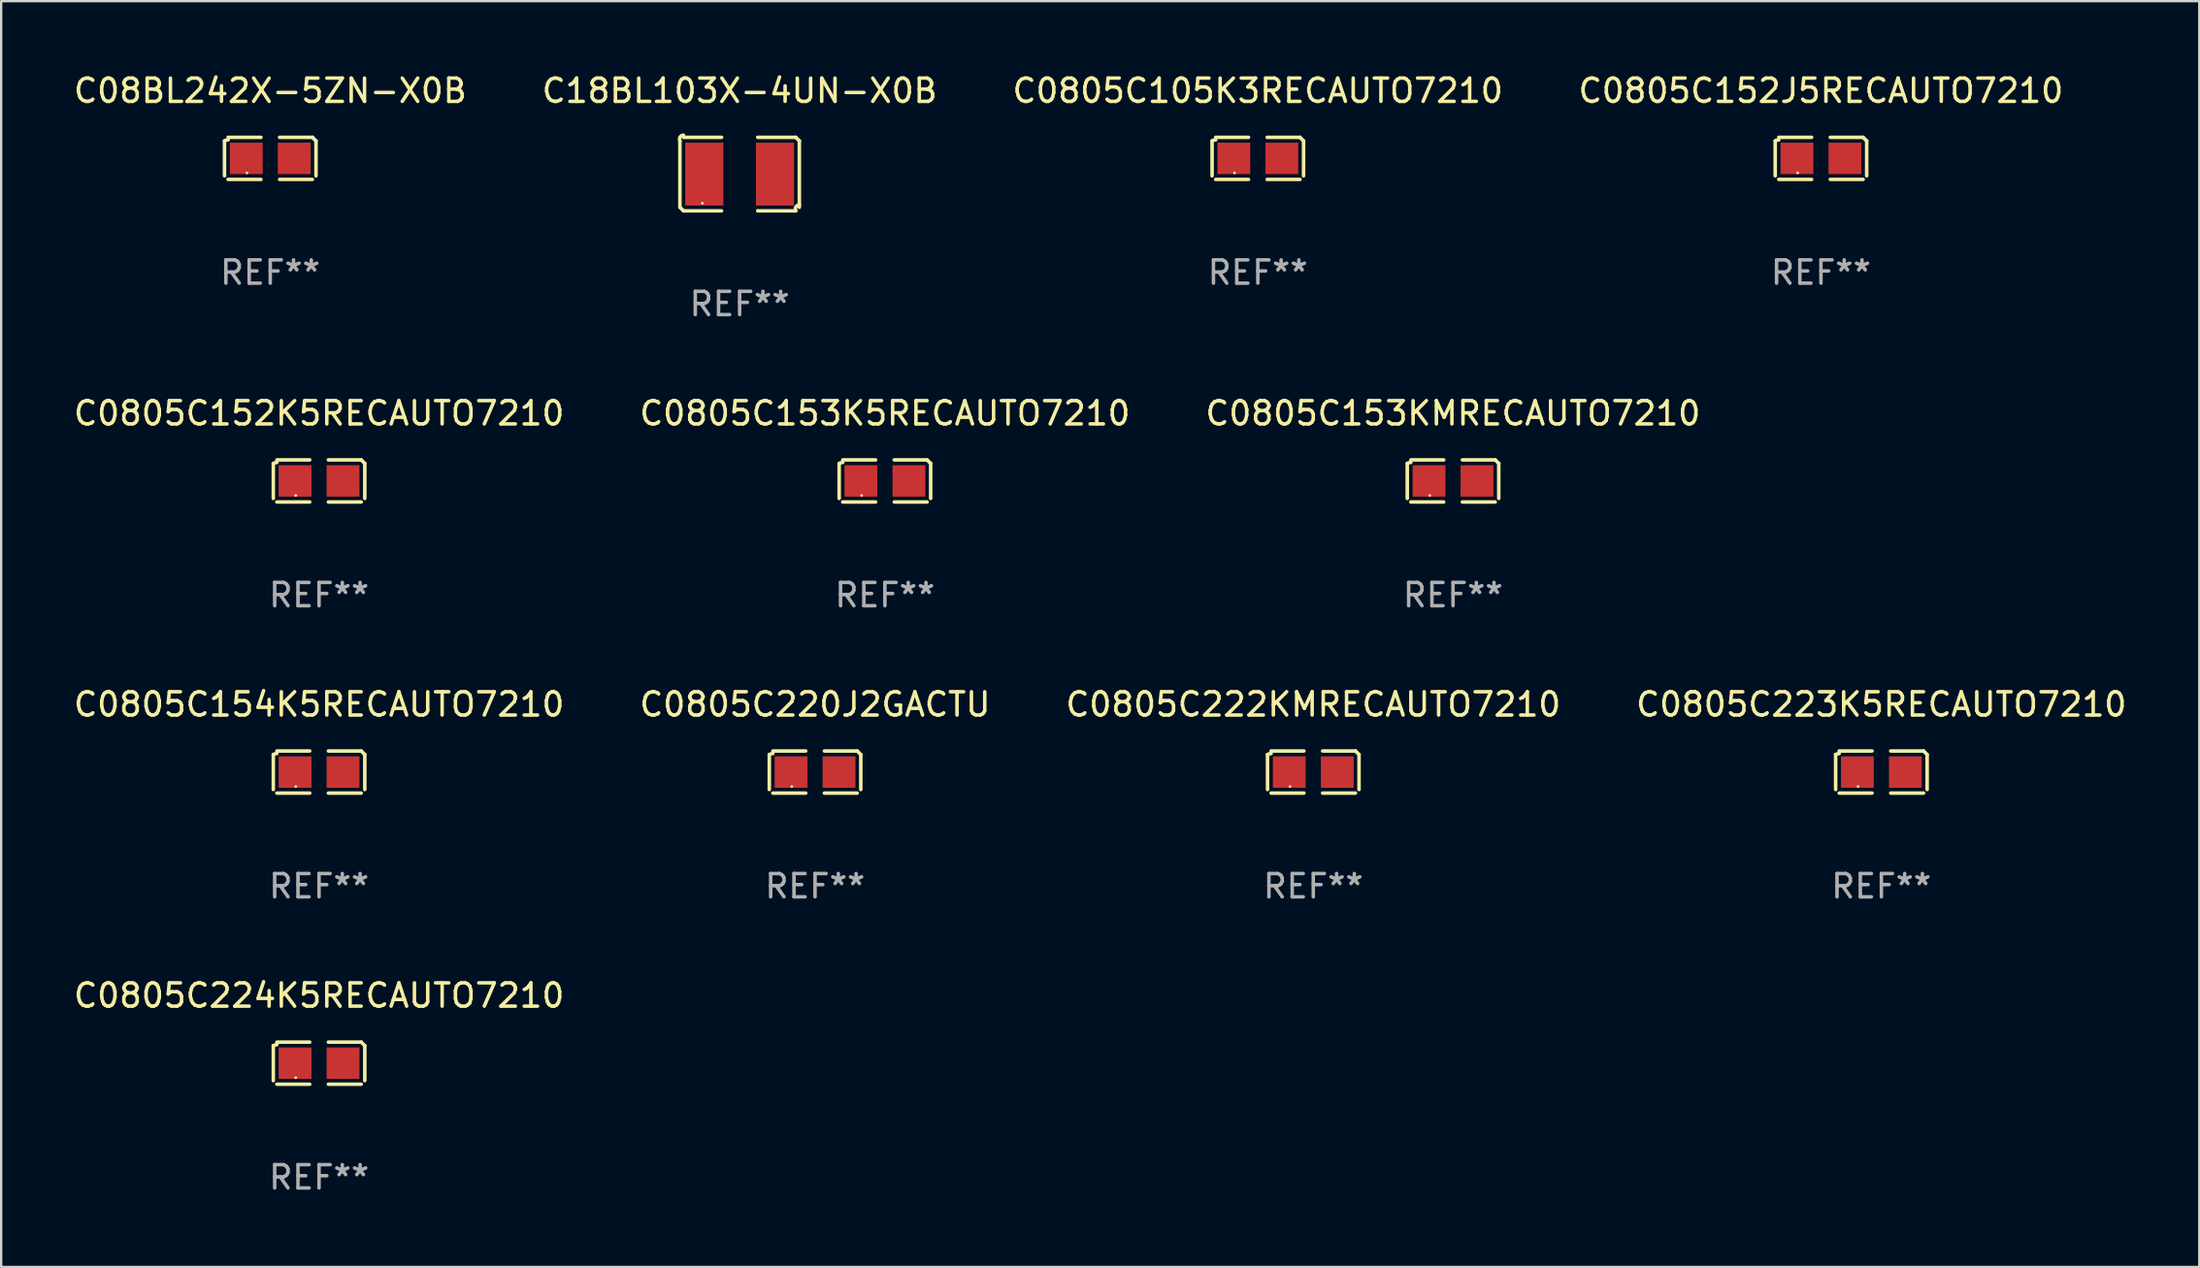
<source format=kicad_pcb>
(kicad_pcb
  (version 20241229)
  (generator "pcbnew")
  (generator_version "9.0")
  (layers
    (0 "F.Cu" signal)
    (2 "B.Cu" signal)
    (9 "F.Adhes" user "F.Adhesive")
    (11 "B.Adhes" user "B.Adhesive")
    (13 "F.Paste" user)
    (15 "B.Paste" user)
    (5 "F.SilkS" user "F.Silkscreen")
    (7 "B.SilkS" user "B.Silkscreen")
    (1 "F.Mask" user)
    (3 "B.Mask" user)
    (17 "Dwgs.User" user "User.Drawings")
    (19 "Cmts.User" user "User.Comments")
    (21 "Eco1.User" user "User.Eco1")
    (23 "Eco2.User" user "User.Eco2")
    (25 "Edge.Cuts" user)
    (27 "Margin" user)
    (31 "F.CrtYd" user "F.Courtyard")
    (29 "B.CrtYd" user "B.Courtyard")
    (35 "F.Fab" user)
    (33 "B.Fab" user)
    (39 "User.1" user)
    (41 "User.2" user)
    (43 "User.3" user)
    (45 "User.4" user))
  (footprint "C0805C154K5RECAUTO7210"
    (layer "F.Cu")
    (at 10.649 30.109)
    (property "Reference" "C0805C154K5RECAUTO7210" (at 0 -2.904 0) (layer "F.SilkS") (effects (font (size 1 1) (thickness 0.15))))
    (attr through_hole)
    (fp_line (start -1.964 0.751) (end -1.964 -0.751) (stroke (width 0.152) (type solid)) (layer "F.SilkS"))
    (fp_line (start -1.811 -0.904) (end -0.401 -0.904) (stroke (width 0.152) (type solid)) (layer "F.SilkS"))
    (fp_line (start -0.401 0.904) (end -1.811 0.904) (stroke (width 0.152) (type solid)) (layer "F.SilkS"))
    (fp_line (start 0.401 0.904) (end 1.811 0.904) (stroke (width 0.152) (type solid)) (layer "F.SilkS"))
    (fp_line (start 1.811 -0.904) (end 0.401 -0.904) (stroke (width 0.152) (type solid)) (layer "F.SilkS"))
    (fp_line (start 1.964 0.751) (end 1.964 -0.751) (stroke (width 0.152) (type solid)) (layer "F.SilkS"))
    (fp_arc (start -1.963602 -0.751207) (mid -1.890354 -0.783131) (end -1.811201 -0.794044) (stroke (width 0.1524) (type solid)) (layer "F.SilkS"))
    (fp_arc (start 1.811202 -0.903607) (mid 1.887413 -0.827418) (end 1.963602 -0.751207) (stroke (width 0.1524) (type solid)) (layer "F.SilkS"))
    (fp_circle (center -1 0.625) (end -0.97 0.625) (stroke (width 0.06) (type solid)) (fill no) (layer "F.SilkS"))
    (fp_text user "REF**" (at 0 4.904 0) (layer "F.Fab") (effects (font (size 1 1) (thickness 0.15))))
    (pad "1" smd rect (at -1.03 0) (size 1.41 1.35) (layers "F.Cu" "F.Mask" "F.Paste"))
    (pad "2" smd rect (at 1.03 0) (size 1.41 1.35) (layers "F.Cu" "F.Mask" "F.Paste")))
  (footprint "C0805C222KMRECAUTO7210"
    (layer "F.Cu")
    (at 53.339 30.109)
    (property "Reference" "C0805C222KMRECAUTO7210" (at 0 -2.904 0) (layer "F.SilkS") (effects (font (size 1 1) (thickness 0.15))))
    (attr through_hole)
    (fp_line (start -1.964 0.751) (end -1.964 -0.751) (stroke (width 0.152) (type solid)) (layer "F.SilkS"))
    (fp_line (start -1.811 -0.904) (end -0.401 -0.904) (stroke (width 0.152) (type solid)) (layer "F.SilkS"))
    (fp_line (start -0.401 0.904) (end -1.811 0.904) (stroke (width 0.152) (type solid)) (layer "F.SilkS"))
    (fp_line (start 0.401 0.904) (end 1.811 0.904) (stroke (width 0.152) (type solid)) (layer "F.SilkS"))
    (fp_line (start 1.811 -0.904) (end 0.401 -0.904) (stroke (width 0.152) (type solid)) (layer "F.SilkS"))
    (fp_line (start 1.964 0.751) (end 1.964 -0.751) (stroke (width 0.152) (type solid)) (layer "F.SilkS"))
    (fp_arc (start -1.963602 -0.751207) (mid -1.890354 -0.783131) (end -1.811201 -0.794044) (stroke (width 0.1524) (type solid)) (layer "F.SilkS"))
    (fp_arc (start 1.811202 -0.903607) (mid 1.887413 -0.827418) (end 1.963602 -0.751207) (stroke (width 0.1524) (type solid)) (layer "F.SilkS"))
    (fp_circle (center -1 0.625) (end -0.97 0.625) (stroke (width 0.06) (type solid)) (fill no) (layer "F.SilkS"))
    (fp_text user "REF**" (at 0 4.904 0) (layer "F.Fab") (effects (font (size 1 1) (thickness 0.15))))
    (pad "1" smd rect (at -1.03 0) (size 1.41 1.35) (layers "F.Cu" "F.Mask" "F.Paste"))
    (pad "2" smd rect (at 1.03 0) (size 1.41 1.35) (layers "F.Cu" "F.Mask" "F.Paste")))
  (footprint "C0805C220J2GACTU"
    (layer "F.Cu")
    (at 31.946 30.109)
    (property "Reference" "C0805C220J2GACTU" (at 0 -2.904 0) (layer "F.SilkS") (effects (font (size 1 1) (thickness 0.15))))
    (attr through_hole)
    (fp_line (start -1.964 0.751) (end -1.964 -0.751) (stroke (width 0.152) (type solid)) (layer "F.SilkS"))
    (fp_line (start -1.811 -0.904) (end -0.401 -0.904) (stroke (width 0.152) (type solid)) (layer "F.SilkS"))
    (fp_line (start -0.401 0.904) (end -1.811 0.904) (stroke (width 0.152) (type solid)) (layer "F.SilkS"))
    (fp_line (start 0.401 0.904) (end 1.811 0.904) (stroke (width 0.152) (type solid)) (layer "F.SilkS"))
    (fp_line (start 1.811 -0.904) (end 0.401 -0.904) (stroke (width 0.152) (type solid)) (layer "F.SilkS"))
    (fp_line (start 1.964 0.751) (end 1.964 -0.751) (stroke (width 0.152) (type solid)) (layer "F.SilkS"))
    (fp_arc (start -1.963602 -0.751207) (mid -1.890354 -0.783131) (end -1.811201 -0.794044) (stroke (width 0.1524) (type solid)) (layer "F.SilkS"))
    (fp_arc (start 1.811202 -0.903607) (mid 1.887413 -0.827418) (end 1.963602 -0.751207) (stroke (width 0.1524) (type solid)) (layer "F.SilkS"))
    (fp_circle (center -1 0.625) (end -0.97 0.625) (stroke (width 0.06) (type solid)) (fill no) (layer "F.SilkS"))
    (fp_text user "REF**" (at 0 4.904 0) (layer "F.Fab") (effects (font (size 1 1) (thickness 0.15))))
    (pad "1" smd rect (at -1.03 0) (size 1.41 1.35) (layers "F.Cu" "F.Mask" "F.Paste"))
    (pad "2" smd rect (at 1.03 0) (size 1.41 1.35) (layers "F.Cu" "F.Mask" "F.Paste")))
  (footprint "C0805C223K5RECAUTO7210"
    (layer "F.Cu")
    (at 77.732 30.109)
    (property "Reference" "C0805C223K5RECAUTO7210" (at 0 -2.904 0) (layer "F.SilkS") (effects (font (size 1 1) (thickness 0.15))))
    (attr through_hole)
    (fp_line (start -1.964 0.751) (end -1.964 -0.751) (stroke (width 0.152) (type solid)) (layer "F.SilkS"))
    (fp_line (start -1.811 -0.904) (end -0.401 -0.904) (stroke (width 0.152) (type solid)) (layer "F.SilkS"))
    (fp_line (start -0.401 0.904) (end -1.811 0.904) (stroke (width 0.152) (type solid)) (layer "F.SilkS"))
    (fp_line (start 0.401 0.904) (end 1.811 0.904) (stroke (width 0.152) (type solid)) (layer "F.SilkS"))
    (fp_line (start 1.811 -0.904) (end 0.401 -0.904) (stroke (width 0.152) (type solid)) (layer "F.SilkS"))
    (fp_line (start 1.964 0.751) (end 1.964 -0.751) (stroke (width 0.152) (type solid)) (layer "F.SilkS"))
    (fp_arc (start -1.963602 -0.751207) (mid -1.890354 -0.783131) (end -1.811201 -0.794044) (stroke (width 0.1524) (type solid)) (layer "F.SilkS"))
    (fp_arc (start 1.811202 -0.903607) (mid 1.887413 -0.827418) (end 1.963602 -0.751207) (stroke (width 0.1524) (type solid)) (layer "F.SilkS"))
    (fp_circle (center -1 0.625) (end -0.97 0.625) (stroke (width 0.06) (type solid)) (fill no) (layer "F.SilkS"))
    (fp_text user "REF**" (at 0 4.904 0) (layer "F.Fab") (effects (font (size 1 1) (thickness 0.15))))
    (pad "1" smd rect (at -1.03 0) (size 1.41 1.35) (layers "F.Cu" "F.Mask" "F.Paste"))
    (pad "2" smd rect (at 1.03 0) (size 1.41 1.35) (layers "F.Cu" "F.Mask" "F.Paste")))
  (footprint "C0805C152K5RECAUTO7210"
    (layer "F.Cu")
    (at 10.649 17.606)
    (property "Reference" "C0805C152K5RECAUTO7210" (at 0 -2.904 0) (layer "F.SilkS") (effects (font (size 1 1) (thickness 0.15))))
    (attr through_hole)
    (fp_line (start -1.964 0.751) (end -1.964 -0.751) (stroke (width 0.152) (type solid)) (layer "F.SilkS"))
    (fp_line (start -1.811 -0.904) (end -0.401 -0.904) (stroke (width 0.152) (type solid)) (layer "F.SilkS"))
    (fp_line (start -0.401 0.904) (end -1.811 0.904) (stroke (width 0.152) (type solid)) (layer "F.SilkS"))
    (fp_line (start 0.401 0.904) (end 1.811 0.904) (stroke (width 0.152) (type solid)) (layer "F.SilkS"))
    (fp_line (start 1.811 -0.904) (end 0.401 -0.904) (stroke (width 0.152) (type solid)) (layer "F.SilkS"))
    (fp_line (start 1.964 0.751) (end 1.964 -0.751) (stroke (width 0.152) (type solid)) (layer "F.SilkS"))
    (fp_arc (start -1.963602 -0.751207) (mid -1.890354 -0.783131) (end -1.811201 -0.794044) (stroke (width 0.1524) (type solid)) (layer "F.SilkS"))
    (fp_arc (start 1.811202 -0.903607) (mid 1.887413 -0.827418) (end 1.963602 -0.751207) (stroke (width 0.1524) (type solid)) (layer "F.SilkS"))
    (fp_circle (center -1 0.625) (end -0.97 0.625) (stroke (width 0.06) (type solid)) (fill no) (layer "F.SilkS"))
    (fp_text user "REF**" (at 0 4.904 0) (layer "F.Fab") (effects (font (size 1 1) (thickness 0.15))))
    (pad "1" smd rect (at -1.03 0) (size 1.41 1.35) (layers "F.Cu" "F.Mask" "F.Paste"))
    (pad "2" smd rect (at 1.03 0) (size 1.41 1.35) (layers "F.Cu" "F.Mask" "F.Paste")))
  (footprint "C0805C153KMRECAUTO7210"
    (layer "F.Cu")
    (at 59.339 17.606)
    (property "Reference" "C0805C153KMRECAUTO7210" (at 0 -2.904 0) (layer "F.SilkS") (effects (font (size 1 1) (thickness 0.15))))
    (attr through_hole)
    (fp_line (start -1.964 0.751) (end -1.964 -0.751) (stroke (width 0.152) (type solid)) (layer "F.SilkS"))
    (fp_line (start -1.811 -0.904) (end -0.401 -0.904) (stroke (width 0.152) (type solid)) (layer "F.SilkS"))
    (fp_line (start -0.401 0.904) (end -1.811 0.904) (stroke (width 0.152) (type solid)) (layer "F.SilkS"))
    (fp_line (start 0.401 0.904) (end 1.811 0.904) (stroke (width 0.152) (type solid)) (layer "F.SilkS"))
    (fp_line (start 1.811 -0.904) (end 0.401 -0.904) (stroke (width 0.152) (type solid)) (layer "F.SilkS"))
    (fp_line (start 1.964 0.751) (end 1.964 -0.751) (stroke (width 0.152) (type solid)) (layer "F.SilkS"))
    (fp_arc (start -1.963602 -0.751207) (mid -1.890354 -0.783131) (end -1.811201 -0.794044) (stroke (width 0.1524) (type solid)) (layer "F.SilkS"))
    (fp_arc (start 1.811202 -0.903607) (mid 1.887413 -0.827418) (end 1.963602 -0.751207) (stroke (width 0.1524) (type solid)) (layer "F.SilkS"))
    (fp_circle (center -1 0.625) (end -0.97 0.625) (stroke (width 0.06) (type solid)) (fill no) (layer "F.SilkS"))
    (fp_text user "REF**" (at 0 4.904 0) (layer "F.Fab") (effects (font (size 1 1) (thickness 0.15))))
    (pad "1" smd rect (at -1.03 0) (size 1.41 1.35) (layers "F.Cu" "F.Mask" "F.Paste"))
    (pad "2" smd rect (at 1.03 0) (size 1.41 1.35) (layers "F.Cu" "F.Mask" "F.Paste")))
  (footprint "C0805C153K5RECAUTO7210"
    (layer "F.Cu")
    (at 34.946 17.606)
    (property "Reference" "C0805C153K5RECAUTO7210" (at 0 -2.904 0) (layer "F.SilkS") (effects (font (size 1 1) (thickness 0.15))))
    (attr through_hole)
    (fp_line (start -1.964 0.751) (end -1.964 -0.751) (stroke (width 0.152) (type solid)) (layer "F.SilkS"))
    (fp_line (start -1.811 -0.904) (end -0.401 -0.904) (stroke (width 0.152) (type solid)) (layer "F.SilkS"))
    (fp_line (start -0.401 0.904) (end -1.811 0.904) (stroke (width 0.152) (type solid)) (layer "F.SilkS"))
    (fp_line (start 0.401 0.904) (end 1.811 0.904) (stroke (width 0.152) (type solid)) (layer "F.SilkS"))
    (fp_line (start 1.811 -0.904) (end 0.401 -0.904) (stroke (width 0.152) (type solid)) (layer "F.SilkS"))
    (fp_line (start 1.964 0.751) (end 1.964 -0.751) (stroke (width 0.152) (type solid)) (layer "F.SilkS"))
    (fp_arc (start -1.963602 -0.751207) (mid -1.890354 -0.783131) (end -1.811201 -0.794044) (stroke (width 0.1524) (type solid)) (layer "F.SilkS"))
    (fp_arc (start 1.811202 -0.903607) (mid 1.887413 -0.827418) (end 1.963602 -0.751207) (stroke (width 0.1524) (type solid)) (layer "F.SilkS"))
    (fp_circle (center -1 0.625) (end -0.97 0.625) (stroke (width 0.06) (type solid)) (fill no) (layer "F.SilkS"))
    (fp_text user "REF**" (at 0 4.904 0) (layer "F.Fab") (effects (font (size 1 1) (thickness 0.15))))
    (pad "1" smd rect (at -1.03 0) (size 1.41 1.35) (layers "F.Cu" "F.Mask" "F.Paste"))
    (pad "2" smd rect (at 1.03 0) (size 1.41 1.35) (layers "F.Cu" "F.Mask" "F.Paste")))
  (footprint "C18BL103X-4UN-X0B"
    (layer "F.Cu")
    (at 28.708 4.427)
    (property "Reference" "C18BL103X-4UN-X0B" (at 0 -3.579 0) (layer "F.SilkS") (effects (font (size 1 1) (thickness 0.15))))
    (attr through_hole)
    (fp_line (start -2.564 1.426) (end -2.564 -1.426) (stroke (width 0.152) (type solid)) (layer "F.SilkS"))
    (fp_line (start -2.411 -1.579) (end -0.776 -1.579) (stroke (width 0.152) (type solid)) (layer "F.SilkS"))
    (fp_line (start -0.776 1.579) (end -2.411 1.579) (stroke (width 0.152) (type solid)) (layer "F.SilkS"))
    (fp_line (start 0.776 1.579) (end 2.411 1.579) (stroke (width 0.152) (type solid)) (layer "F.SilkS"))
    (fp_line (start 2.411 -1.579) (end 0.776 -1.579) (stroke (width 0.152) (type solid)) (layer "F.SilkS"))
    (fp_line (start 2.564 1.426) (end 2.564 -1.426) (stroke (width 0.152) (type solid)) (layer "F.SilkS"))
    (fp_arc (start -2.563602 -1.426213) (mid -2.555597 -1.591233) (end -2.411201 -1.671518) (stroke (width 0.1524) (type solid)) (layer "F.SilkS"))
    (fp_arc (start -2.5636 1.426214) (mid -2.487389 1.502402) (end -2.411201 1.578613) (stroke (width 0.1524) (type solid)) (layer "F.SilkS"))
    (fp_arc (start 2.411197 -1.578618) (mid 2.487403 -1.502419) (end 2.563602 -1.426213) (stroke (width 0.1524) (type solid)) (layer "F.SilkS"))
    (fp_arc (start 2.411201 1.578613) (mid 2.416214 1.409455) (end 2.563602 1.32629) (stroke (width 0.1524) (type solid)) (layer "F.SilkS"))
    (fp_circle (center -1.6 1.25) (end -1.57 1.25) (stroke (width 0.06) (type solid)) (fill no) (layer "F.SilkS"))
    (fp_text user "REF**" (at 0 5.579 0) (layer "F.Fab") (effects (font (size 1 1) (thickness 0.15))))
    (pad "1" smd rect (at -1.517 0) (size 1.635 2.7) (layers "F.Cu" "F.Mask" "F.Paste"))
    (pad "2" smd rect (at 1.517 0) (size 1.635 2.7) (layers "F.Cu" "F.Mask" "F.Paste")))
  (footprint "C0805C152J5RECAUTO7210"
    (layer "F.Cu")
    (at 75.137 3.752)
    (property "Reference" "C0805C152J5RECAUTO7210" (at 0 -2.904 0) (layer "F.SilkS") (effects (font (size 1 1) (thickness 0.15))))
    (attr through_hole)
    (fp_line (start -1.964 0.751) (end -1.964 -0.751) (stroke (width 0.152) (type solid)) (layer "F.SilkS"))
    (fp_line (start -1.811 -0.904) (end -0.401 -0.904) (stroke (width 0.152) (type solid)) (layer "F.SilkS"))
    (fp_line (start -0.401 0.904) (end -1.811 0.904) (stroke (width 0.152) (type solid)) (layer "F.SilkS"))
    (fp_line (start 0.401 0.904) (end 1.811 0.904) (stroke (width 0.152) (type solid)) (layer "F.SilkS"))
    (fp_line (start 1.811 -0.904) (end 0.401 -0.904) (stroke (width 0.152) (type solid)) (layer "F.SilkS"))
    (fp_line (start 1.964 0.751) (end 1.964 -0.751) (stroke (width 0.152) (type solid)) (layer "F.SilkS"))
    (fp_arc (start -1.963602 -0.751207) (mid -1.890354 -0.783131) (end -1.811201 -0.794044) (stroke (width 0.1524) (type solid)) (layer "F.SilkS"))
    (fp_arc (start 1.811202 -0.903607) (mid 1.887413 -0.827418) (end 1.963602 -0.751207) (stroke (width 0.1524) (type solid)) (layer "F.SilkS"))
    (fp_circle (center -1 0.625) (end -0.97 0.625) (stroke (width 0.06) (type solid)) (fill no) (layer "F.SilkS"))
    (fp_text user "REF**" (at 0 4.904 0) (layer "F.Fab") (effects (font (size 1 1) (thickness 0.15))))
    (pad "1" smd rect (at -1.03 0) (size 1.41 1.35) (layers "F.Cu" "F.Mask" "F.Paste"))
    (pad "2" smd rect (at 1.03 0) (size 1.41 1.35) (layers "F.Cu" "F.Mask" "F.Paste")))
  (footprint "C0805C105K3RECAUTO7210"
    (layer "F.Cu")
    (at 50.958 3.752)
    (property "Reference" "C0805C105K3RECAUTO7210" (at 0 -2.904 0) (layer "F.SilkS") (effects (font (size 1 1) (thickness 0.15))))
    (attr through_hole)
    (fp_line (start -1.964 0.751) (end -1.964 -0.751) (stroke (width 0.152) (type solid)) (layer "F.SilkS"))
    (fp_line (start -1.811 -0.904) (end -0.401 -0.904) (stroke (width 0.152) (type solid)) (layer "F.SilkS"))
    (fp_line (start -0.401 0.904) (end -1.811 0.904) (stroke (width 0.152) (type solid)) (layer "F.SilkS"))
    (fp_line (start 0.401 0.904) (end 1.811 0.904) (stroke (width 0.152) (type solid)) (layer "F.SilkS"))
    (fp_line (start 1.811 -0.904) (end 0.401 -0.904) (stroke (width 0.152) (type solid)) (layer "F.SilkS"))
    (fp_line (start 1.964 0.751) (end 1.964 -0.751) (stroke (width 0.152) (type solid)) (layer "F.SilkS"))
    (fp_arc (start -1.963602 -0.751207) (mid -1.890354 -0.783131) (end -1.811201 -0.794044) (stroke (width 0.1524) (type solid)) (layer "F.SilkS"))
    (fp_arc (start 1.811202 -0.903607) (mid 1.887413 -0.827418) (end 1.963602 -0.751207) (stroke (width 0.1524) (type solid)) (layer "F.SilkS"))
    (fp_circle (center -1 0.625) (end -0.97 0.625) (stroke (width 0.06) (type solid)) (fill no) (layer "F.SilkS"))
    (fp_text user "REF**" (at 0 4.904 0) (layer "F.Fab") (effects (font (size 1 1) (thickness 0.15))))
    (pad "1" smd rect (at -1.03 0) (size 1.41 1.35) (layers "F.Cu" "F.Mask" "F.Paste"))
    (pad "2" smd rect (at 1.03 0) (size 1.41 1.35) (layers "F.Cu" "F.Mask" "F.Paste")))
  (footprint "C08BL242X-5ZN-X0B"
    (layer "F.Cu")
    (at 8.554 3.752)
    (property "Reference" "C08BL242X-5ZN-X0B" (at 0 -2.904 0) (layer "F.SilkS") (effects (font (size 1 1) (thickness 0.15))))
    (attr through_hole)
    (fp_line (start -1.964 0.751) (end -1.964 -0.751) (stroke (width 0.152) (type solid)) (layer "F.SilkS"))
    (fp_line (start -1.811 -0.904) (end -0.401 -0.904) (stroke (width 0.152) (type solid)) (layer "F.SilkS"))
    (fp_line (start -0.401 0.904) (end -1.811 0.904) (stroke (width 0.152) (type solid)) (layer "F.SilkS"))
    (fp_line (start 0.401 0.904) (end 1.811 0.904) (stroke (width 0.152) (type solid)) (layer "F.SilkS"))
    (fp_line (start 1.811 -0.904) (end 0.401 -0.904) (stroke (width 0.152) (type solid)) (layer "F.SilkS"))
    (fp_line (start 1.964 0.751) (end 1.964 -0.751) (stroke (width 0.152) (type solid)) (layer "F.SilkS"))
    (fp_arc (start -1.963602 -0.751207) (mid -1.890354 -0.783131) (end -1.811201 -0.794044) (stroke (width 0.1524) (type solid)) (layer "F.SilkS"))
    (fp_arc (start 1.811202 -0.903607) (mid 1.887413 -0.827418) (end 1.963602 -0.751207) (stroke (width 0.1524) (type solid)) (layer "F.SilkS"))
    (fp_circle (center -1 0.625) (end -0.97 0.625) (stroke (width 0.06) (type solid)) (fill no) (layer "F.SilkS"))
    (fp_text user "REF**" (at 0 4.904 0) (layer "F.Fab") (effects (font (size 1 1) (thickness 0.15))))
    (pad "1" smd rect (at -1.03 0) (size 1.41 1.35) (layers "F.Cu" "F.Mask" "F.Paste"))
    (pad "2" smd rect (at 1.03 0) (size 1.41 1.35) (layers "F.Cu" "F.Mask" "F.Paste")))
  (footprint "C0805C224K5RECAUTO7210"
    (layer "F.Cu")
    (at 10.649 42.613)
    (property "Reference" "C0805C224K5RECAUTO7210" (at 0 -2.904 0) (layer "F.SilkS") (effects (font (size 1 1) (thickness 0.15))))
    (attr through_hole)
    (fp_line (start -1.964 0.751) (end -1.964 -0.751) (stroke (width 0.152) (type solid)) (layer "F.SilkS"))
    (fp_line (start -1.811 -0.904) (end -0.401 -0.904) (stroke (width 0.152) (type solid)) (layer "F.SilkS"))
    (fp_line (start -0.401 0.904) (end -1.811 0.904) (stroke (width 0.152) (type solid)) (layer "F.SilkS"))
    (fp_line (start 0.401 0.904) (end 1.811 0.904) (stroke (width 0.152) (type solid)) (layer "F.SilkS"))
    (fp_line (start 1.811 -0.904) (end 0.401 -0.904) (stroke (width 0.152) (type solid)) (layer "F.SilkS"))
    (fp_line (start 1.964 0.751) (end 1.964 -0.751) (stroke (width 0.152) (type solid)) (layer "F.SilkS"))
    (fp_arc (start -1.963602 -0.751207) (mid -1.890354 -0.783131) (end -1.811201 -0.794044) (stroke (width 0.1524) (type solid)) (layer "F.SilkS"))
    (fp_arc (start 1.811202 -0.903607) (mid 1.887413 -0.827418) (end 1.963602 -0.751207) (stroke (width 0.1524) (type solid)) (layer "F.SilkS"))
    (fp_circle (center -1 0.625) (end -0.97 0.625) (stroke (width 0.06) (type solid)) (fill no) (layer "F.SilkS"))
    (fp_text user "REF**" (at 0 4.904 0) (layer "F.Fab") (effects (font (size 1 1) (thickness 0.15))))
    (pad "1" smd rect (at -1.03 0) (size 1.41 1.35) (layers "F.Cu" "F.Mask" "F.Paste"))
    (pad "2" smd rect (at 1.03 0) (size 1.41 1.35) (layers "F.Cu" "F.Mask" "F.Paste")))
  (gr_rect
    (start -3 -3)
    (end 91.381 51.365)
    (stroke (width 0.1) (type default))
    (fill no)
    (layer "Edge.Cuts")))
</source>
